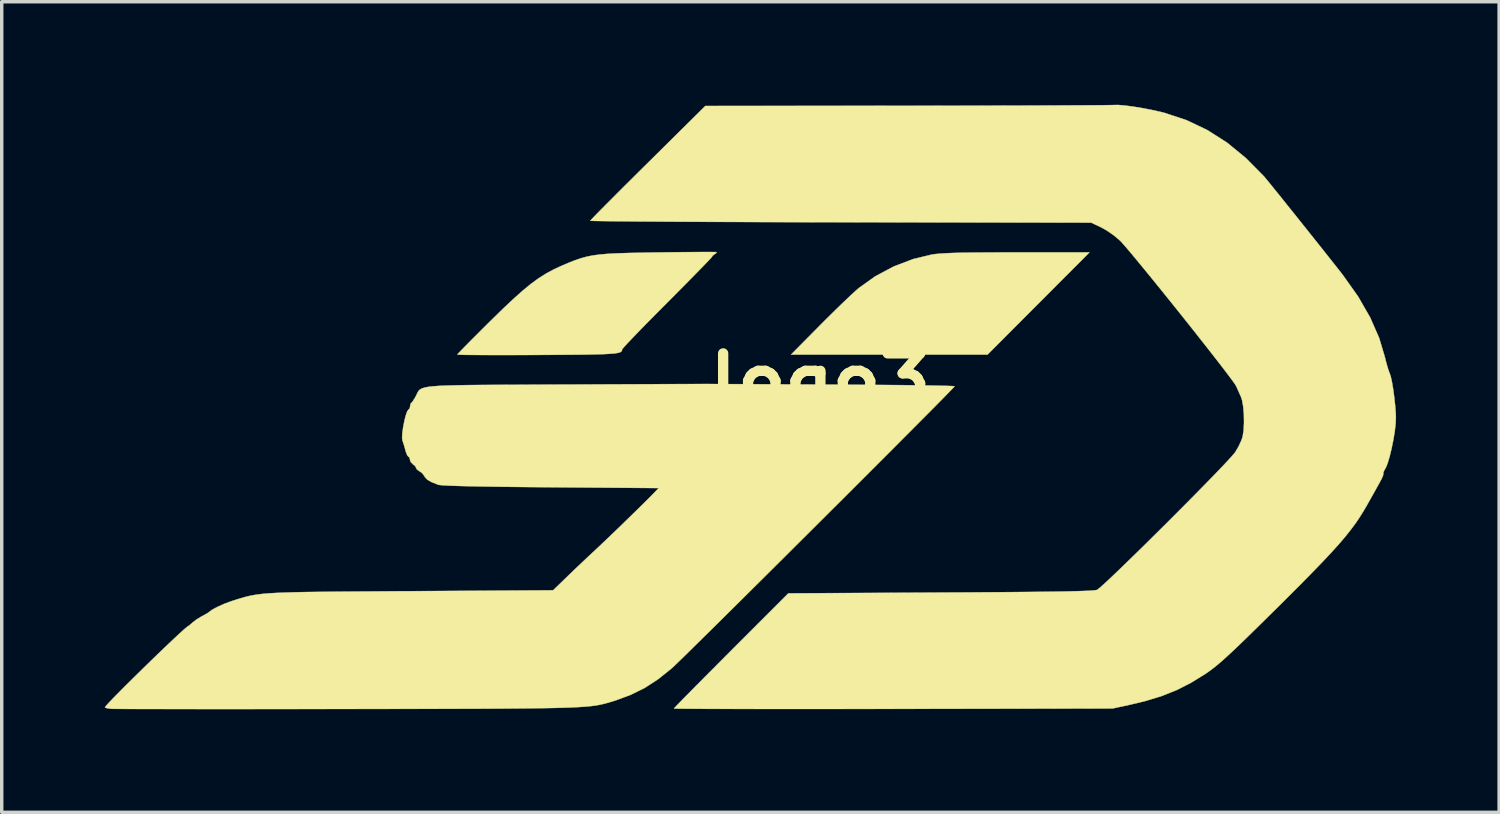
<source format=kicad_pcb>
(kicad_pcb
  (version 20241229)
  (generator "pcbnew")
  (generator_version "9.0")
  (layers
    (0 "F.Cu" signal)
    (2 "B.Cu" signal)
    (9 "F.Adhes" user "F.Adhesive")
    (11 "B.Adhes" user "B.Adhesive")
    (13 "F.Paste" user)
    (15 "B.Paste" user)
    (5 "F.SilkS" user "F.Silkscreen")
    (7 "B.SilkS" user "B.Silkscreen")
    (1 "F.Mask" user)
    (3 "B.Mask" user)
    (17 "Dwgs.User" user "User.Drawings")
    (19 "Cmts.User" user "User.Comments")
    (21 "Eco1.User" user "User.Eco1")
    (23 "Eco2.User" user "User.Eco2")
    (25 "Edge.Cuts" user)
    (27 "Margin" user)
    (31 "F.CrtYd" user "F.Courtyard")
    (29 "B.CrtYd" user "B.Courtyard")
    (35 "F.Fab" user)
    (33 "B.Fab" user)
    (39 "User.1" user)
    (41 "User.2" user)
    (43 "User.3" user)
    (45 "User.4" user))
  (footprint "logo3"
    (layer "F.Cu")
    (at 20.83 8.071)
    (property "Reference" "logo3" (at 0 0 0) (layer "F.SilkS") (effects (font (size 1.524 1.524) (thickness 0.3))))
    (attr through_hole)
    (fp_poly (pts (xy 6.349 -2.287) (xy 4.865 -0.799) (xy -0.855 -0.799) (xy -0.017 -1.646) (xy 0.224 -1.887) (xy 0.462 -2.121) (xy 0.684 -2.336) (xy 0.878 -2.52) (xy 1.032 -2.662) (xy 1.118 -2.737) (xy 1.604 -3.083) (xy 2.14 -3.367) (xy 2.706 -3.582) (xy 3.228 -3.708) (xy 3.34 -3.725) (xy 3.477 -3.738) (xy 3.647 -3.749) (xy 3.858 -3.758) (xy 4.118 -3.765) (xy 4.436 -3.769) (xy 4.819 -3.772) (xy 5.276 -3.774) (xy 5.72 -3.774) (xy 7.832 -3.774) (xy 6.349 -2.287)) (stroke (width 0.01) (type solid)) (fill yes) (layer "F.SilkS"))
    (fp_poly (pts (xy -3.082 -3.785) (xy -3.022 -3.783) (xy -3.02 -3.782) (xy -3.034 -3.753) (xy -3.075 -3.725) (xy -3.139 -3.675) (xy -3.153 -3.65) (xy -3.183 -3.613) (xy -3.27 -3.52) (xy -3.407 -3.378) (xy -3.587 -3.193) (xy -3.804 -2.972) (xy -4.051 -2.722) (xy -4.321 -2.45) (xy -4.462 -2.309) (xy -4.742 -2.027) (xy -5.002 -1.764) (xy -5.235 -1.526) (xy -5.434 -1.32) (xy -5.593 -1.153) (xy -5.705 -1.031) (xy -5.764 -0.962) (xy -5.772 -0.949) (xy -5.776 -0.917) (xy -5.793 -0.891) (xy -5.828 -0.868) (xy -5.89 -0.85) (xy -5.984 -0.834) (xy -6.118 -0.823) (xy -6.298 -0.813) (xy -6.532 -0.806) (xy -6.826 -0.8) (xy -7.187 -0.796) (xy -7.622 -0.793) (xy -8.137 -0.79) (xy -8.229 -0.789) (xy -8.676 -0.787) (xy -9.094 -0.786) (xy -9.477 -0.786) (xy -9.815 -0.787) (xy -10.1 -0.789) (xy -10.325 -0.791) (xy -10.481 -0.795) (xy -10.56 -0.799) (xy -10.569 -0.801) (xy -10.538 -0.836) (xy -10.452 -0.927) (xy -10.318 -1.064) (xy -10.144 -1.24) (xy -9.937 -1.447) (xy -9.705 -1.678) (xy -9.603 -1.779) (xy -9.246 -2.128) (xy -8.938 -2.418) (xy -8.669 -2.658) (xy -8.428 -2.856) (xy -8.206 -3.019) (xy -7.991 -3.155) (xy -7.775 -3.272) (xy -7.546 -3.379) (xy -7.51 -3.395) (xy -7.31 -3.479) (xy -7.132 -3.549) (xy -6.965 -3.605) (xy -6.798 -3.651) (xy -6.62 -3.686) (xy -6.419 -3.713) (xy -6.185 -3.733) (xy -5.906 -3.747) (xy -5.57 -3.758) (xy -5.168 -3.766) (xy -4.729 -3.773) (xy -4.351 -3.778) (xy -4.001 -3.782) (xy -3.689 -3.784) (xy -3.426 -3.786) (xy -3.22 -3.786) (xy -3.082 -3.785)) (stroke (width 0.01) (type solid)) (fill yes) (layer "F.SilkS"))
    (fp_poly (pts (xy 8.866 -8.049) (xy 9.105 -8.018) (xy 9.369 -7.975) (xy 9.639 -7.923) (xy 9.896 -7.866) (xy 10.021 -7.835) (xy 10.661 -7.622) (xy 11.264 -7.335) (xy 11.835 -6.971) (xy 12.379 -6.526) (xy 12.902 -5.998) (xy 12.927 -5.97) (xy 12.981 -5.905) (xy 13.083 -5.781) (xy 13.224 -5.606) (xy 13.399 -5.39) (xy 13.597 -5.142) (xy 13.814 -4.872) (xy 14.039 -4.59) (xy 14.267 -4.304) (xy 14.489 -4.026) (xy 14.698 -3.763) (xy 14.886 -3.525) (xy 15.046 -3.323) (xy 15.17 -3.165) (xy 15.214 -3.108) (xy 15.652 -2.49) (xy 16.002 -1.882) (xy 16.264 -1.286) (xy 16.429 -0.736) (xy 16.476 -0.55) (xy 16.523 -0.387) (xy 16.562 -0.275) (xy 16.573 -0.251) (xy 16.604 -0.157) (xy 16.639 0.004) (xy 16.674 0.213) (xy 16.705 0.446) (xy 16.731 0.685) (xy 16.748 0.907) (xy 16.752 1.021) (xy 16.745 1.207) (xy 16.719 1.435) (xy 16.678 1.684) (xy 16.627 1.935) (xy 16.57 2.168) (xy 16.511 2.365) (xy 16.454 2.504) (xy 16.423 2.551) (xy 16.389 2.631) (xy 16.385 2.662) (xy 16.385 2.689) (xy 16.378 2.719) (xy 16.362 2.763) (xy 16.329 2.831) (xy 16.274 2.934) (xy 16.192 3.082) (xy 16.077 3.288) (xy 15.935 3.54) (xy 15.821 3.737) (xy 15.704 3.925) (xy 15.579 4.111) (xy 15.438 4.3) (xy 15.278 4.501) (xy 15.092 4.719) (xy 14.874 4.96) (xy 14.62 5.231) (xy 14.322 5.539) (xy 13.976 5.891) (xy 13.576 6.291) (xy 13.223 6.642) (xy 12.846 7.014) (xy 12.525 7.329) (xy 12.254 7.593) (xy 12.024 7.812) (xy 11.83 7.992) (xy 11.665 8.14) (xy 11.523 8.26) (xy 11.396 8.36) (xy 11.278 8.446) (xy 11.212 8.491) (xy 10.792 8.751) (xy 10.378 8.962) (xy 9.945 9.136) (xy 9.468 9.282) (xy 9.026 9.389) (xy 8.504 9.502) (xy 2.12 9.514) (xy 1.375 9.515) (xy 0.654 9.516) (xy -0.037 9.516) (xy -0.693 9.516) (xy -1.31 9.516) (xy -1.882 9.516) (xy -2.405 9.515) (xy -2.873 9.514) (xy -3.282 9.513) (xy -3.627 9.511) (xy -3.902 9.509) (xy -4.103 9.507) (xy -4.225 9.505) (xy -4.263 9.503) (xy -4.232 9.468) (xy -4.144 9.377) (xy -4.006 9.234) (xy -3.821 9.046) (xy -3.597 8.819) (xy -3.339 8.559) (xy -3.052 8.271) (xy -2.744 7.962) (xy -2.598 7.815) (xy -0.933 6.15) (xy 3.497 6.127) (xy 4.265 6.123) (xy 4.948 6.118) (xy 5.551 6.114) (xy 6.078 6.109) (xy 6.532 6.104) (xy 6.918 6.099) (xy 7.241 6.093) (xy 7.503 6.086) (xy 7.709 6.079) (xy 7.864 6.072) (xy 7.971 6.063) (xy 8.035 6.054) (xy 8.053 6.049) (xy 8.112 6.005) (xy 8.227 5.905) (xy 8.389 5.755) (xy 8.594 5.561) (xy 8.834 5.33) (xy 9.101 5.07) (xy 9.391 4.787) (xy 9.695 4.486) (xy 10.007 4.177) (xy 10.32 3.864) (xy 10.628 3.555) (xy 10.924 3.256) (xy 11.2 2.974) (xy 11.451 2.717) (xy 11.669 2.49) (xy 11.848 2.3) (xy 11.981 2.154) (xy 12.062 2.059) (xy 12.075 2.041) (xy 12.171 1.877) (xy 12.251 1.706) (xy 12.289 1.597) (xy 12.319 1.411) (xy 12.331 1.182) (xy 12.327 0.938) (xy 12.307 0.708) (xy 12.273 0.52) (xy 12.244 0.433) (xy 12.176 0.283) (xy 12.112 0.137) (xy 12.105 0.122) (xy 12.064 0.055) (xy 11.972 -0.073) (xy 11.836 -0.254) (xy 11.663 -0.481) (xy 11.457 -0.746) (xy 11.226 -1.041) (xy 10.976 -1.358) (xy 10.713 -1.691) (xy 10.442 -2.03) (xy 10.17 -2.369) (xy 9.904 -2.7) (xy 9.648 -3.015) (xy 9.41 -3.306) (xy 9.196 -3.566) (xy 9.012 -3.787) (xy 8.863 -3.962) (xy 8.756 -4.082) (xy 8.714 -4.125) (xy 8.535 -4.275) (xy 8.329 -4.416) (xy 8.173 -4.503) (xy 7.882 -4.64) (xy 0.588 -4.652) (xy -0.209 -4.653) (xy -0.982 -4.655) (xy -1.726 -4.657) (xy -2.436 -4.66) (xy -3.108 -4.662) (xy -3.737 -4.665) (xy -4.318 -4.668) (xy -4.847 -4.672) (xy -5.319 -4.675) (xy -5.73 -4.679) (xy -6.074 -4.682) (xy -6.348 -4.686) (xy -6.546 -4.689) (xy -6.664 -4.693) (xy -6.698 -4.696) (xy -6.666 -4.733) (xy -6.577 -4.826) (xy -6.436 -4.97) (xy -6.25 -5.158) (xy -6.023 -5.385) (xy -5.763 -5.646) (xy -5.474 -5.933) (xy -5.164 -6.241) (xy -5.02 -6.383) (xy -3.349 -8.037) (xy 2.533 -8.042) (xy 3.251 -8.043) (xy 3.945 -8.044) (xy 4.612 -8.045) (xy 5.244 -8.047) (xy 5.837 -8.048) (xy 6.386 -8.05) (xy 6.885 -8.052) (xy 7.329 -8.054) (xy 7.713 -8.056) (xy 8.031 -8.058) (xy 8.278 -8.06) (xy 8.449 -8.062) (xy 8.537 -8.064) (xy 8.548 -8.065) (xy 8.674 -8.066) (xy 8.866 -8.049)) (stroke (width 0.01) (type solid)) (fill yes) (layer "F.SilkS"))
    (fp_poly (pts (xy -3.264 0.055) (xy -3.213 0.056) (xy -3.081 0.057) (xy -2.873 0.058) (xy -2.597 0.059) (xy -2.259 0.061) (xy -1.866 0.063) (xy -1.424 0.065) (xy -0.941 0.068) (xy -0.423 0.07) (xy 0.123 0.073) (xy 0.344 0.074) (xy 0.898 0.077) (xy 1.426 0.081) (xy 1.92 0.085) (xy 2.375 0.089) (xy 2.784 0.094) (xy 3.139 0.1) (xy 3.435 0.105) (xy 3.665 0.11) (xy 3.823 0.116) (xy 3.9 0.121) (xy 3.907 0.123) (xy 3.877 0.159) (xy 3.787 0.252) (xy 3.644 0.399) (xy 3.451 0.595) (xy 3.213 0.836) (xy 2.934 1.116) (xy 2.619 1.433) (xy 2.273 1.78) (xy 1.9 2.154) (xy 1.504 2.55) (xy 1.09 2.964) (xy 0.663 3.391) (xy 0.226 3.826) (xy -0.215 4.266) (xy -0.656 4.705) (xy -1.092 5.14) (xy -1.52 5.565) (xy -1.934 5.976) (xy -2.33 6.37) (xy -2.704 6.74) (xy -3.05 7.083) (xy -3.366 7.394) (xy -3.645 7.669) (xy -3.883 7.904) (xy -4.077 8.093) (xy -4.221 8.232) (xy -4.311 8.318) (xy -4.332 8.336) (xy -4.727 8.652) (xy -5.112 8.902) (xy -5.516 9.102) (xy -5.966 9.269) (xy -6.151 9.325) (xy -6.235 9.349) (xy -6.319 9.37) (xy -6.406 9.39) (xy -6.5 9.408) (xy -6.606 9.424) (xy -6.729 9.438) (xy -6.872 9.45) (xy -7.041 9.461) (xy -7.24 9.471) (xy -7.473 9.479) (xy -7.745 9.486) (xy -8.06 9.492) (xy -8.423 9.497) (xy -8.838 9.501) (xy -9.309 9.505) (xy -9.841 9.508) (xy -10.439 9.51) (xy -11.107 9.512) (xy -11.849 9.513) (xy -12.669 9.515) (xy -13.574 9.516) (xy -13.81 9.516) (xy -14.574 9.517) (xy -15.316 9.518) (xy -16.03 9.518) (xy -16.712 9.519) (xy -17.356 9.519) (xy -17.958 9.519) (xy -18.512 9.518) (xy -19.013 9.518) (xy -19.457 9.517) (xy -19.838 9.517) (xy -20.151 9.516) (xy -20.391 9.514) (xy -20.553 9.513) (xy -20.633 9.512) (xy -20.637 9.511) (xy -20.752 9.497) (xy -20.819 9.476) (xy -20.825 9.467) (xy -20.794 9.424) (xy -20.706 9.328) (xy -20.572 9.188) (xy -20.399 9.012) (xy -20.196 8.808) (xy -19.971 8.586) (xy -19.733 8.352) (xy -19.492 8.117) (xy -19.254 7.887) (xy -19.03 7.672) (xy -18.827 7.48) (xy -18.654 7.319) (xy -18.52 7.197) (xy -18.433 7.124) (xy -18.404 7.105) (xy -18.364 7.078) (xy -18.288 7.012) (xy -18.278 7.002) (xy -18.163 6.913) (xy -18.023 6.827) (xy -17.998 6.814) (xy -17.888 6.755) (xy -17.817 6.711) (xy -17.807 6.703) (xy -17.713 6.632) (xy -17.557 6.547) (xy -17.361 6.459) (xy -17.149 6.38) (xy -17.108 6.367) (xy -16.978 6.325) (xy -16.859 6.289) (xy -16.746 6.256) (xy -16.632 6.228) (xy -16.512 6.204) (xy -16.379 6.183) (xy -16.227 6.165) (xy -16.051 6.15) (xy -15.844 6.138) (xy -15.6 6.128) (xy -15.314 6.119) (xy -14.978 6.112) (xy -14.587 6.107) (xy -14.136 6.102) (xy -13.617 6.098) (xy -13.025 6.094) (xy -12.354 6.089) (xy -11.917 6.087) (xy -7.78 6.061) (xy -7.345 5.64) (xy -7.152 5.453) (xy -6.949 5.261) (xy -6.762 5.085) (xy -6.619 4.951) (xy -6.483 4.825) (xy -6.302 4.653) (xy -6.088 4.449) (xy -5.855 4.225) (xy -5.618 3.994) (xy -5.389 3.771) (xy -5.181 3.568) (xy -5.01 3.398) (xy -4.888 3.274) (xy -4.878 3.264) (xy -4.707 3.086) (xy -7.849 3.062) (xy -8.564 3.056) (xy -9.192 3.049) (xy -9.732 3.041) (xy -10.184 3.033) (xy -10.549 3.024) (xy -10.825 3.014) (xy -11.013 3.004) (xy -11.112 2.992) (xy -11.124 2.989) (xy -11.315 2.913) (xy -11.437 2.845) (xy -11.507 2.773) (xy -11.525 2.739) (xy -11.599 2.644) (xy -11.668 2.598) (xy -11.744 2.545) (xy -11.767 2.5) (xy -11.802 2.438) (xy -11.856 2.398) (xy -11.927 2.325) (xy -11.945 2.263) (xy -11.963 2.192) (xy -11.988 2.176) (xy -12.023 2.137) (xy -12.063 2.039) (xy -12.078 1.987) (xy -12.117 1.846) (xy -12.156 1.728) (xy -12.165 1.705) (xy -12.176 1.618) (xy -12.168 1.48) (xy -12.145 1.312) (xy -12.111 1.139) (xy -12.072 0.981) (xy -12.031 0.861) (xy -11.992 0.802) (xy -11.984 0.799) (xy -11.952 0.762) (xy -11.945 0.714) (xy -11.93 0.636) (xy -11.912 0.614) (xy -11.872 0.569) (xy -11.811 0.473) (xy -11.782 0.422) (xy -11.754 0.366) (xy -11.731 0.317) (xy -11.708 0.275) (xy -11.679 0.238) (xy -11.638 0.206) (xy -11.581 0.179) (xy -11.502 0.156) (xy -11.395 0.137) (xy -11.256 0.122) (xy -11.078 0.11) (xy -10.856 0.101) (xy -10.585 0.094) (xy -10.259 0.088) (xy -9.874 0.084) (xy -9.423 0.081) (xy -8.901 0.079) (xy -8.302 0.076) (xy -7.623 0.073) (xy -7.394 0.072) (xy -6.798 0.07) (xy -6.228 0.067) (xy -5.69 0.065) (xy -5.189 0.063) (xy -4.732 0.061) (xy -4.325 0.059) (xy -3.975 0.058) (xy -3.688 0.057) (xy -3.469 0.056) (xy -3.327 0.055) (xy -3.265 0.055) (xy -3.264 0.055)) (stroke (width 0.01) (type solid)) (fill yes) (layer "F.SilkS")))
  (gr_rect
    (start -3 -3)
    (end 40.587 20.595)
    (stroke (width 0.1) (type default))
    (fill no)
    (layer "Edge.Cuts")))
</source>
